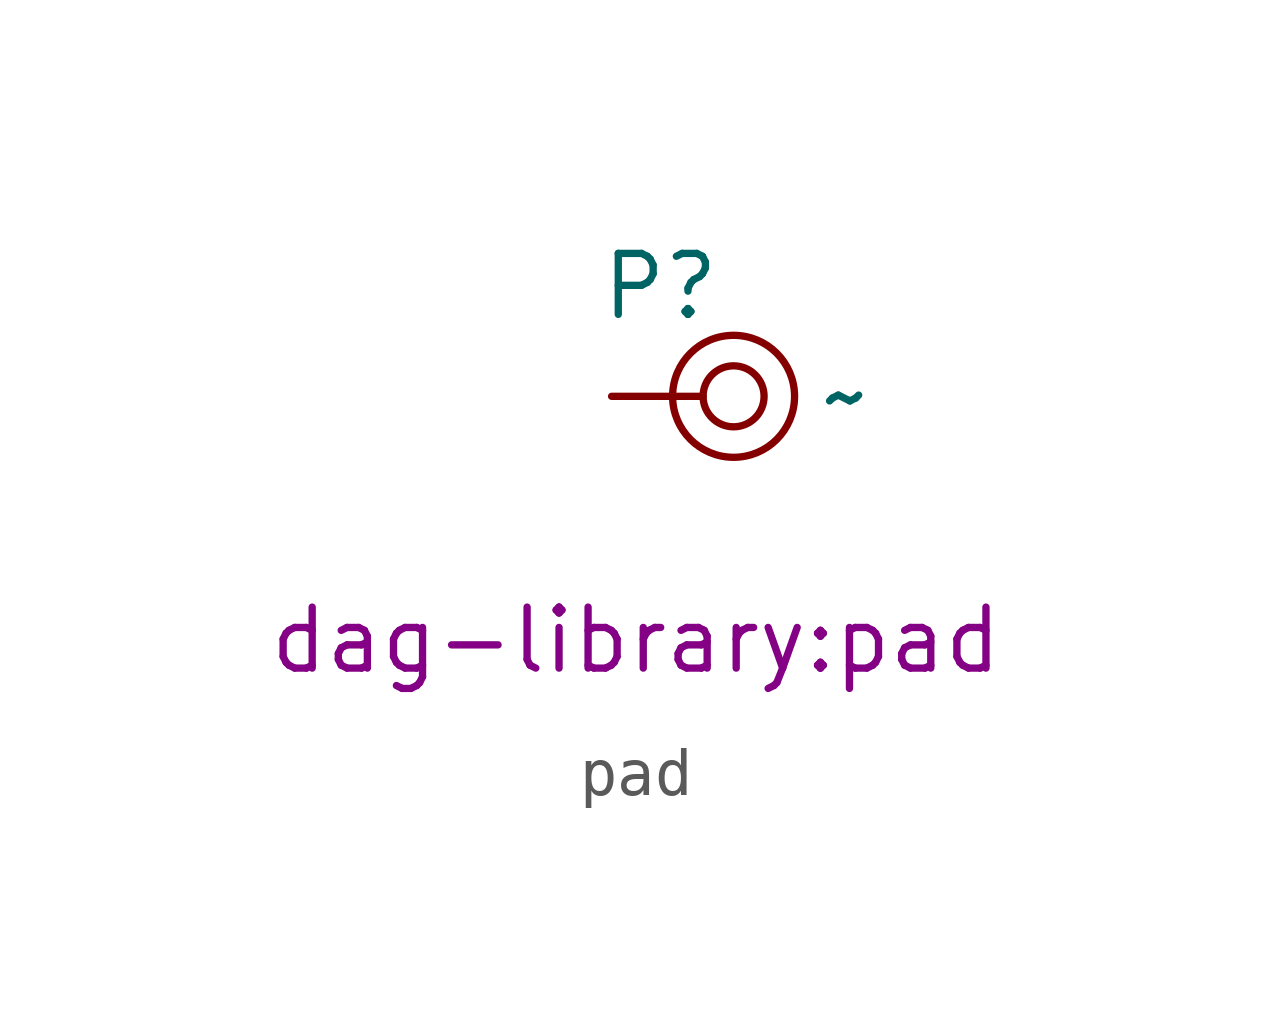
<source format=kicad_sym>
(kicad_symbol_lib
  (version 20241209)
  (generator "kicad_symbol_editor")
  (generator_version "9.0")
  (symbol "pad"
    (property "Reference" "P"
      (at 1.016 2.286 0)
      (effects (font (size 1.27 1.27))))
    (property "Value" "~"
      (at 4.318 0 0)
      (effects (font (size 1.27 1.27)) (justify left)))
    (property "Footprint" "dag-library:pad"
      (at 0.508 -5.08 0)
      (effects (font (size 1.27 1.27))))
    (symbol "pad_0_1"
      (circle (center 2.54 0) (radius 1.27) (stroke (width 0) (type default)) (fill (type none))))
    (symbol "pad_1_1"
      (pin input inverted (at 0 0 0) (length 3.175) (name "" (effects (font (size 1.27 1.27)))) (number "" (effects (font (size 1.27 1.27))))))))
</source>
